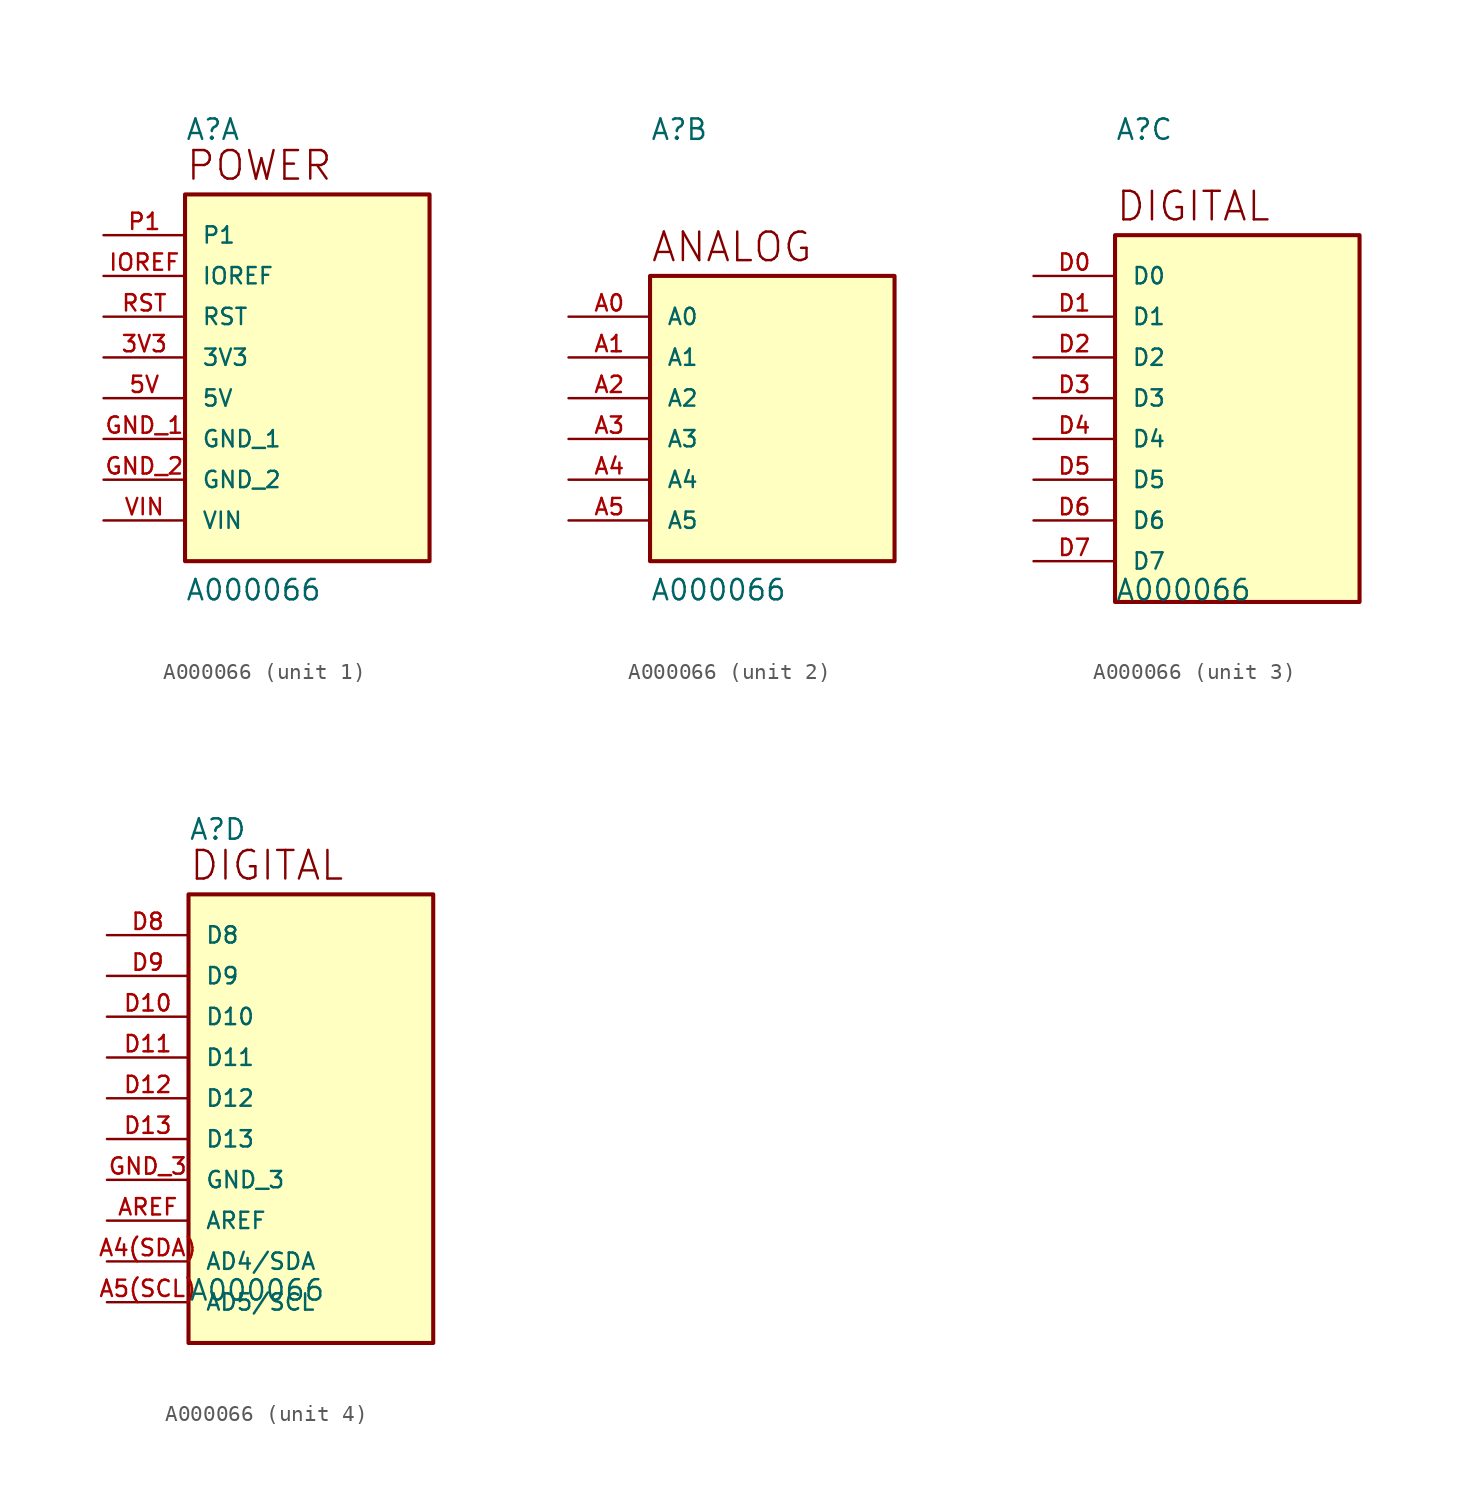
<source format=kicad_sym>
(kicad_symbol_lib
  (version 20220914)
  (generator kicad_symbol_editor)
  (symbol "A000066"
    (pin_names
      (offset 1.016))
    (property "Reference" "A"
      (at -7.62 16.002 0)
      (effects (font (size 1.27 1.27)) (justify left bottom)))
    (property "Value" "A000066"
      (at -7.62 -12.7 0)
      (effects (font (size 1.27 1.27)) (justify left bottom)))
    (symbol "A000066_1_0"
      (rectangle (start -7.62 -10.16) (end 7.62 12.7) (stroke (width 0.254) (type default)) (fill (type background)))
      (text "POWER" (at -7.62 13.462 0) (effects (font (size 1.778 1.778)) (justify left bottom)))
      (pin power_in line (at -12.7 2.54 0) (length 5.08) (name "3V3" (effects (font (size 1.016 1.016)))) (number "3V3" (effects (font (size 1.016 1.016)))))
      (pin power_in line (at -12.7 0 0) (length 5.08) (name "5V" (effects (font (size 1.016 1.016)))) (number "5V" (effects (font (size 1.016 1.016)))))
      (pin power_in line (at -12.7 -2.54 0) (length 5.08) (name "GND_1" (effects (font (size 1.016 1.016)))) (number "GND_1" (effects (font (size 1.016 1.016)))))
      (pin power_in line (at -12.7 -5.08 0) (length 5.08) (name "GND_2" (effects (font (size 1.016 1.016)))) (number "GND_2" (effects (font (size 1.016 1.016)))))
      (pin bidirectional line (at -12.7 7.62 0) (length 5.08) (name "IOREF" (effects (font (size 1.016 1.016)))) (number "IOREF" (effects (font (size 1.016 1.016)))))
      (pin bidirectional line (at -12.7 10.16 0) (length 5.08) (name "P1" (effects (font (size 1.016 1.016)))) (number "P1" (effects (font (size 1.016 1.016)))))
      (pin bidirectional line (at -12.7 5.08 0) (length 5.08) (name "RST" (effects (font (size 1.016 1.016)))) (number "RST" (effects (font (size 1.016 1.016)))))
      (pin power_in line (at -12.7 -7.62 0) (length 5.08) (name "VIN" (effects (font (size 1.016 1.016)))) (number "VIN" (effects (font (size 1.016 1.016))))))
    (symbol "A000066_2_0"
      (rectangle (start -7.62 -10.16) (end 7.62 7.62) (stroke (width 0.254) (type default)) (fill (type background)))
      (text "ANALOG" (at -7.62 8.382 0) (effects (font (size 1.778 1.778)) (justify left bottom)))
      (pin bidirectional line (at -12.7 5.08 0) (length 5.08) (name "A0" (effects (font (size 1.016 1.016)))) (number "A0" (effects (font (size 1.016 1.016)))))
      (pin bidirectional line (at -12.7 2.54 0) (length 5.08) (name "A1" (effects (font (size 1.016 1.016)))) (number "A1" (effects (font (size 1.016 1.016)))))
      (pin bidirectional line (at -12.7 0 0) (length 5.08) (name "A2" (effects (font (size 1.016 1.016)))) (number "A2" (effects (font (size 1.016 1.016)))))
      (pin bidirectional line (at -12.7 -2.54 0) (length 5.08) (name "A3" (effects (font (size 1.016 1.016)))) (number "A3" (effects (font (size 1.016 1.016)))))
      (pin bidirectional line (at -12.7 -5.08 0) (length 5.08) (name "A4" (effects (font (size 1.016 1.016)))) (number "A4" (effects (font (size 1.016 1.016)))))
      (pin bidirectional line (at -12.7 -7.62 0) (length 5.08) (name "A5" (effects (font (size 1.016 1.016)))) (number "A5" (effects (font (size 1.016 1.016))))))
    (symbol "A000066_3_0"
      (rectangle (start -7.62 -12.7) (end 7.62 10.16) (stroke (width 0.254) (type default)) (fill (type background)))
      (text "DIGITAL" (at -7.62 10.922 0) (effects (font (size 1.778 1.778)) (justify left bottom)))
      (pin bidirectional line (at -12.7 7.62 0) (length 5.08) (name "D0" (effects (font (size 1.016 1.016)))) (number "D0" (effects (font (size 1.016 1.016)))))
      (pin bidirectional line (at -12.7 5.08 0) (length 5.08) (name "D1" (effects (font (size 1.016 1.016)))) (number "D1" (effects (font (size 1.016 1.016)))))
      (pin bidirectional line (at -12.7 2.54 0) (length 5.08) (name "D2" (effects (font (size 1.016 1.016)))) (number "D2" (effects (font (size 1.016 1.016)))))
      (pin bidirectional line (at -12.7 0 0) (length 5.08) (name "D3" (effects (font (size 1.016 1.016)))) (number "D3" (effects (font (size 1.016 1.016)))))
      (pin bidirectional line (at -12.7 -2.54 0) (length 5.08) (name "D4" (effects (font (size 1.016 1.016)))) (number "D4" (effects (font (size 1.016 1.016)))))
      (pin bidirectional line (at -12.7 -5.08 0) (length 5.08) (name "D5" (effects (font (size 1.016 1.016)))) (number "D5" (effects (font (size 1.016 1.016)))))
      (pin bidirectional line (at -12.7 -7.62 0) (length 5.08) (name "D6" (effects (font (size 1.016 1.016)))) (number "D6" (effects (font (size 1.016 1.016)))))
      (pin bidirectional line (at -12.7 -10.16 0) (length 5.08) (name "D7" (effects (font (size 1.016 1.016)))) (number "D7" (effects (font (size 1.016 1.016))))))
    (symbol "A000066_4_0"
      (rectangle (start -7.62 -15.24) (end 7.62 12.7) (stroke (width 0.254) (type default)) (fill (type background)))
      (text "DIGITAL" (at -7.62 13.462 0) (effects (font (size 1.778 1.778)) (justify left bottom)))
      (pin bidirectional line (at -12.7 -10.16 0) (length 5.08) (name "AD4/SDA" (effects (font (size 1.016 1.016)))) (number "A4(SDA)" (effects (font (size 1.016 1.016)))))
      (pin bidirectional line (at -12.7 -12.7 0) (length 5.08) (name "AD5/SCL" (effects (font (size 1.016 1.016)))) (number "A5(SCL)" (effects (font (size 1.016 1.016)))))
      (pin bidirectional line (at -12.7 -7.62 0) (length 5.08) (name "AREF" (effects (font (size 1.016 1.016)))) (number "AREF" (effects (font (size 1.016 1.016)))))
      (pin bidirectional line (at -12.7 5.08 0) (length 5.08) (name "D10" (effects (font (size 1.016 1.016)))) (number "D10" (effects (font (size 1.016 1.016)))))
      (pin bidirectional line (at -12.7 2.54 0) (length 5.08) (name "D11" (effects (font (size 1.016 1.016)))) (number "D11" (effects (font (size 1.016 1.016)))))
      (pin bidirectional line (at -12.7 0 0) (length 5.08) (name "D12" (effects (font (size 1.016 1.016)))) (number "D12" (effects (font (size 1.016 1.016)))))
      (pin bidirectional line (at -12.7 -2.54 0) (length 5.08) (name "D13" (effects (font (size 1.016 1.016)))) (number "D13" (effects (font (size 1.016 1.016)))))
      (pin bidirectional line (at -12.7 10.16 0) (length 5.08) (name "D8" (effects (font (size 1.016 1.016)))) (number "D8" (effects (font (size 1.016 1.016)))))
      (pin bidirectional line (at -12.7 7.62 0) (length 5.08) (name "D9" (effects (font (size 1.016 1.016)))) (number "D9" (effects (font (size 1.016 1.016)))))
      (pin power_in line (at -12.7 -5.08 0) (length 5.08) (name "GND_3" (effects (font (size 1.016 1.016)))) (number "GND_3" (effects (font (size 1.016 1.016))))))))
</source>
